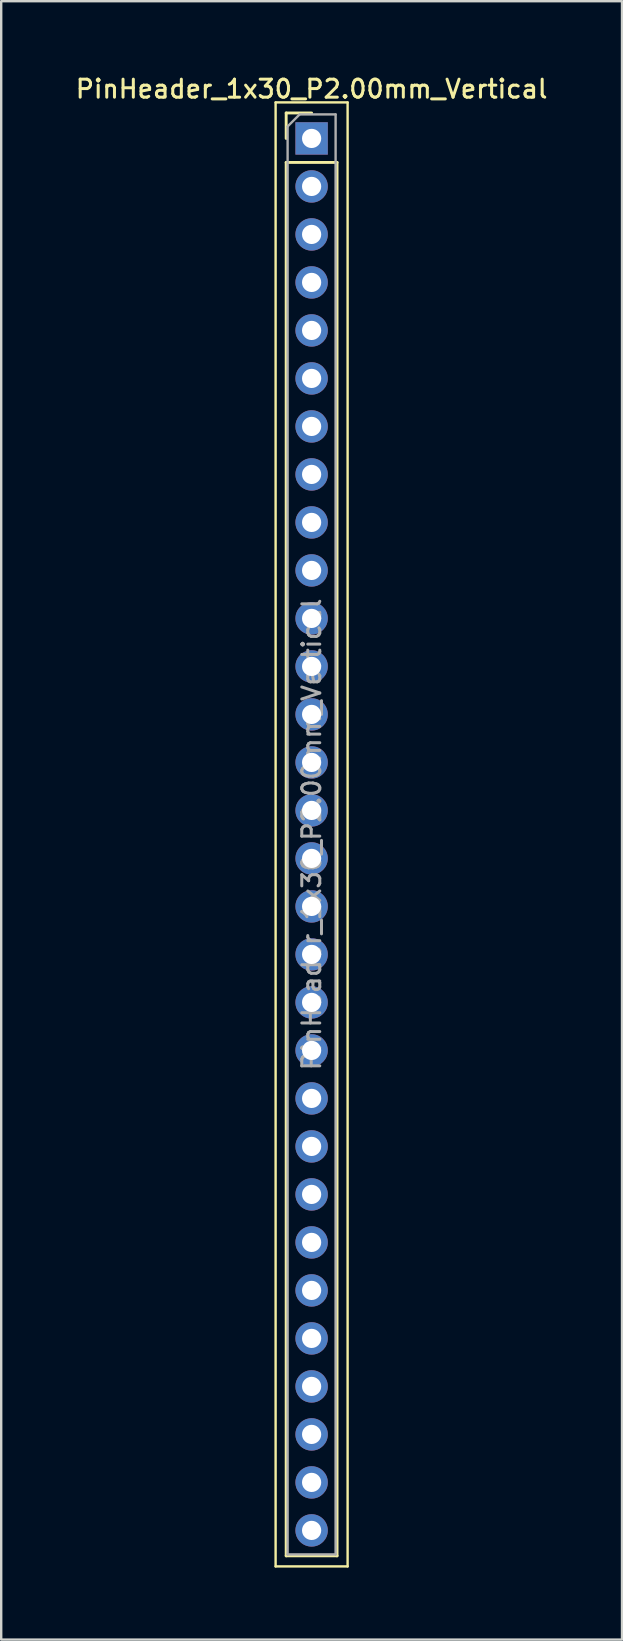
<source format=kicad_pcb>
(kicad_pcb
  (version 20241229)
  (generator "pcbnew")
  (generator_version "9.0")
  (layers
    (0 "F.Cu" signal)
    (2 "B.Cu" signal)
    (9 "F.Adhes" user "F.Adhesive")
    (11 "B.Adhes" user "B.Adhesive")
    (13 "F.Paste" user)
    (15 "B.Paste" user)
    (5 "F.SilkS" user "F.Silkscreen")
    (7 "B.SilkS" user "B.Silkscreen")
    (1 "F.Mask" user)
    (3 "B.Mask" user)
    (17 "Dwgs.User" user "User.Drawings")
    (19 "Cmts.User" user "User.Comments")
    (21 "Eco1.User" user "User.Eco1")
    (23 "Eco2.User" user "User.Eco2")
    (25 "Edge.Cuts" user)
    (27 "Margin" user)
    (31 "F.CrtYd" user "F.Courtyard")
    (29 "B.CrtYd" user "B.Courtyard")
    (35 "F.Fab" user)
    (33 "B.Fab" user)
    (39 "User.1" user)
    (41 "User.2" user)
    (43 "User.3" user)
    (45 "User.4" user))
  (footprint "PinHeader_1x30_P2.00mm_Vertical"
    (layer "F.Cu")
    (at 9.934 2.718)
    (property "Reference" "PinHeader_1x30_P2.00mm_Vertical" (at 0 -2.06 0) (layer "F.SilkS") (effects (font (size 0.75 0.75) (thickness 0.125))))
    (attr through_hole)
    (fp_line (start -1.5 -1.5) (end -1.5 59.5) (stroke (width 0.1) (type solid)) (layer "F.SilkS"))
    (fp_line (start -1.5 59.5) (end 1.5 59.5) (stroke (width 0.1) (type solid)) (layer "F.SilkS"))
    (fp_line (start -1.06 -1.06) (end 0 -1.06) (stroke (width 0.12) (type solid)) (layer "F.SilkS"))
    (fp_line (start -1.06 0) (end -1.06 -1.06) (stroke (width 0.12) (type solid)) (layer "F.SilkS"))
    (fp_line (start -1.06 1) (end -1.06 59.06) (stroke (width 0.12) (type solid)) (layer "F.SilkS"))
    (fp_line (start -1.06 1) (end 1.06 1) (stroke (width 0.12) (type solid)) (layer "F.SilkS"))
    (fp_line (start -1.06 59.06) (end 1.06 59.06) (stroke (width 0.12) (type solid)) (layer "F.SilkS"))
    (fp_line (start 1.06 1) (end 1.06 59.06) (stroke (width 0.12) (type solid)) (layer "F.SilkS"))
    (fp_line (start 1.5 -1.5) (end -1.5 -1.5) (stroke (width 0.1) (type solid)) (layer "F.SilkS"))
    (fp_line (start 1.5 59.5) (end 1.5 -1.5) (stroke (width 0.1) (type solid)) (layer "F.SilkS"))
    (fp_line (start -1 -0.5) (end -0.5 -1) (stroke (width 0.1) (type solid)) (layer "F.Fab"))
    (fp_line (start -1 59) (end -1 -0.5) (stroke (width 0.1) (type solid)) (layer "F.Fab"))
    (fp_line (start -0.5 -1) (end 1 -1) (stroke (width 0.1) (type solid)) (layer "F.Fab"))
    (fp_line (start 1 -1) (end 1 59) (stroke (width 0.1) (type solid)) (layer "F.Fab"))
    (fp_line (start 1 59) (end -1 59) (stroke (width 0.1) (type solid)) (layer "F.Fab"))
    (fp_text user "${REFERENCE}" (at 0 29 90) (layer "F.Fab") (effects (font (size 0.75 0.75) (thickness 0.125))))
    (pad "1" thru_hole rect (at 0 0) (size 1.35 1.35) (drill 0.8) (layers "*.Cu" "*.Mask"))
    (pad "2" thru_hole oval (at 0 2) (size 1.35 1.35) (drill 0.8) (layers "*.Cu" "*.Mask"))
    (pad "3" thru_hole oval (at 0 4) (size 1.35 1.35) (drill 0.8) (layers "*.Cu" "*.Mask"))
    (pad "4" thru_hole oval (at 0 6) (size 1.35 1.35) (drill 0.8) (layers "*.Cu" "*.Mask"))
    (pad "5" thru_hole oval (at 0 8) (size 1.35 1.35) (drill 0.8) (layers "*.Cu" "*.Mask"))
    (pad "6" thru_hole oval (at 0 10) (size 1.35 1.35) (drill 0.8) (layers "*.Cu" "*.Mask"))
    (pad "7" thru_hole oval (at 0 12) (size 1.35 1.35) (drill 0.8) (layers "*.Cu" "*.Mask"))
    (pad "8" thru_hole oval (at 0 14) (size 1.35 1.35) (drill 0.8) (layers "*.Cu" "*.Mask"))
    (pad "9" thru_hole oval (at 0 16) (size 1.35 1.35) (drill 0.8) (layers "*.Cu" "*.Mask"))
    (pad "10" thru_hole oval (at 0 18) (size 1.35 1.35) (drill 0.8) (layers "*.Cu" "*.Mask"))
    (pad "11" thru_hole oval (at 0 20) (size 1.35 1.35) (drill 0.8) (layers "*.Cu" "*.Mask"))
    (pad "12" thru_hole oval (at 0 22) (size 1.35 1.35) (drill 0.8) (layers "*.Cu" "*.Mask"))
    (pad "13" thru_hole oval (at 0 24) (size 1.35 1.35) (drill 0.8) (layers "*.Cu" "*.Mask"))
    (pad "14" thru_hole oval (at 0 26) (size 1.35 1.35) (drill 0.8) (layers "*.Cu" "*.Mask"))
    (pad "15" thru_hole oval (at 0 28) (size 1.35 1.35) (drill 0.8) (layers "*.Cu" "*.Mask"))
    (pad "16" thru_hole oval (at 0 30) (size 1.35 1.35) (drill 0.8) (layers "*.Cu" "*.Mask"))
    (pad "17" thru_hole oval (at 0 32) (size 1.35 1.35) (drill 0.8) (layers "*.Cu" "*.Mask"))
    (pad "18" thru_hole oval (at 0 34) (size 1.35 1.35) (drill 0.8) (layers "*.Cu" "*.Mask"))
    (pad "19" thru_hole oval (at 0 36) (size 1.35 1.35) (drill 0.8) (layers "*.Cu" "*.Mask"))
    (pad "20" thru_hole oval (at 0 38) (size 1.35 1.35) (drill 0.8) (layers "*.Cu" "*.Mask"))
    (pad "21" thru_hole oval (at 0 40) (size 1.35 1.35) (drill 0.8) (layers "*.Cu" "*.Mask"))
    (pad "22" thru_hole oval (at 0 42) (size 1.35 1.35) (drill 0.8) (layers "*.Cu" "*.Mask"))
    (pad "23" thru_hole oval (at 0 44) (size 1.35 1.35) (drill 0.8) (layers "*.Cu" "*.Mask"))
    (pad "24" thru_hole oval (at 0 46) (size 1.35 1.35) (drill 0.8) (layers "*.Cu" "*.Mask"))
    (pad "25" thru_hole oval (at 0 48) (size 1.35 1.35) (drill 0.8) (layers "*.Cu" "*.Mask"))
    (pad "26" thru_hole oval (at 0 50) (size 1.35 1.35) (drill 0.8) (layers "*.Cu" "*.Mask"))
    (pad "27" thru_hole oval (at 0 52) (size 1.35 1.35) (drill 0.8) (layers "*.Cu" "*.Mask"))
    (pad "28" thru_hole oval (at 0 54) (size 1.35 1.35) (drill 0.8) (layers "*.Cu" "*.Mask"))
    (pad "29" thru_hole oval (at 0 56) (size 1.35 1.35) (drill 0.8) (layers "*.Cu" "*.Mask"))
    (pad "30" thru_hole oval (at 0 58) (size 1.35 1.35) (drill 0.8) (layers "*.Cu" "*.Mask")))
  (gr_rect
    (start -3 -3)
    (end 22.868 65.268)
    (stroke (width 0.1) (type default))
    (fill no)
    (layer "Edge.Cuts")))
</source>
